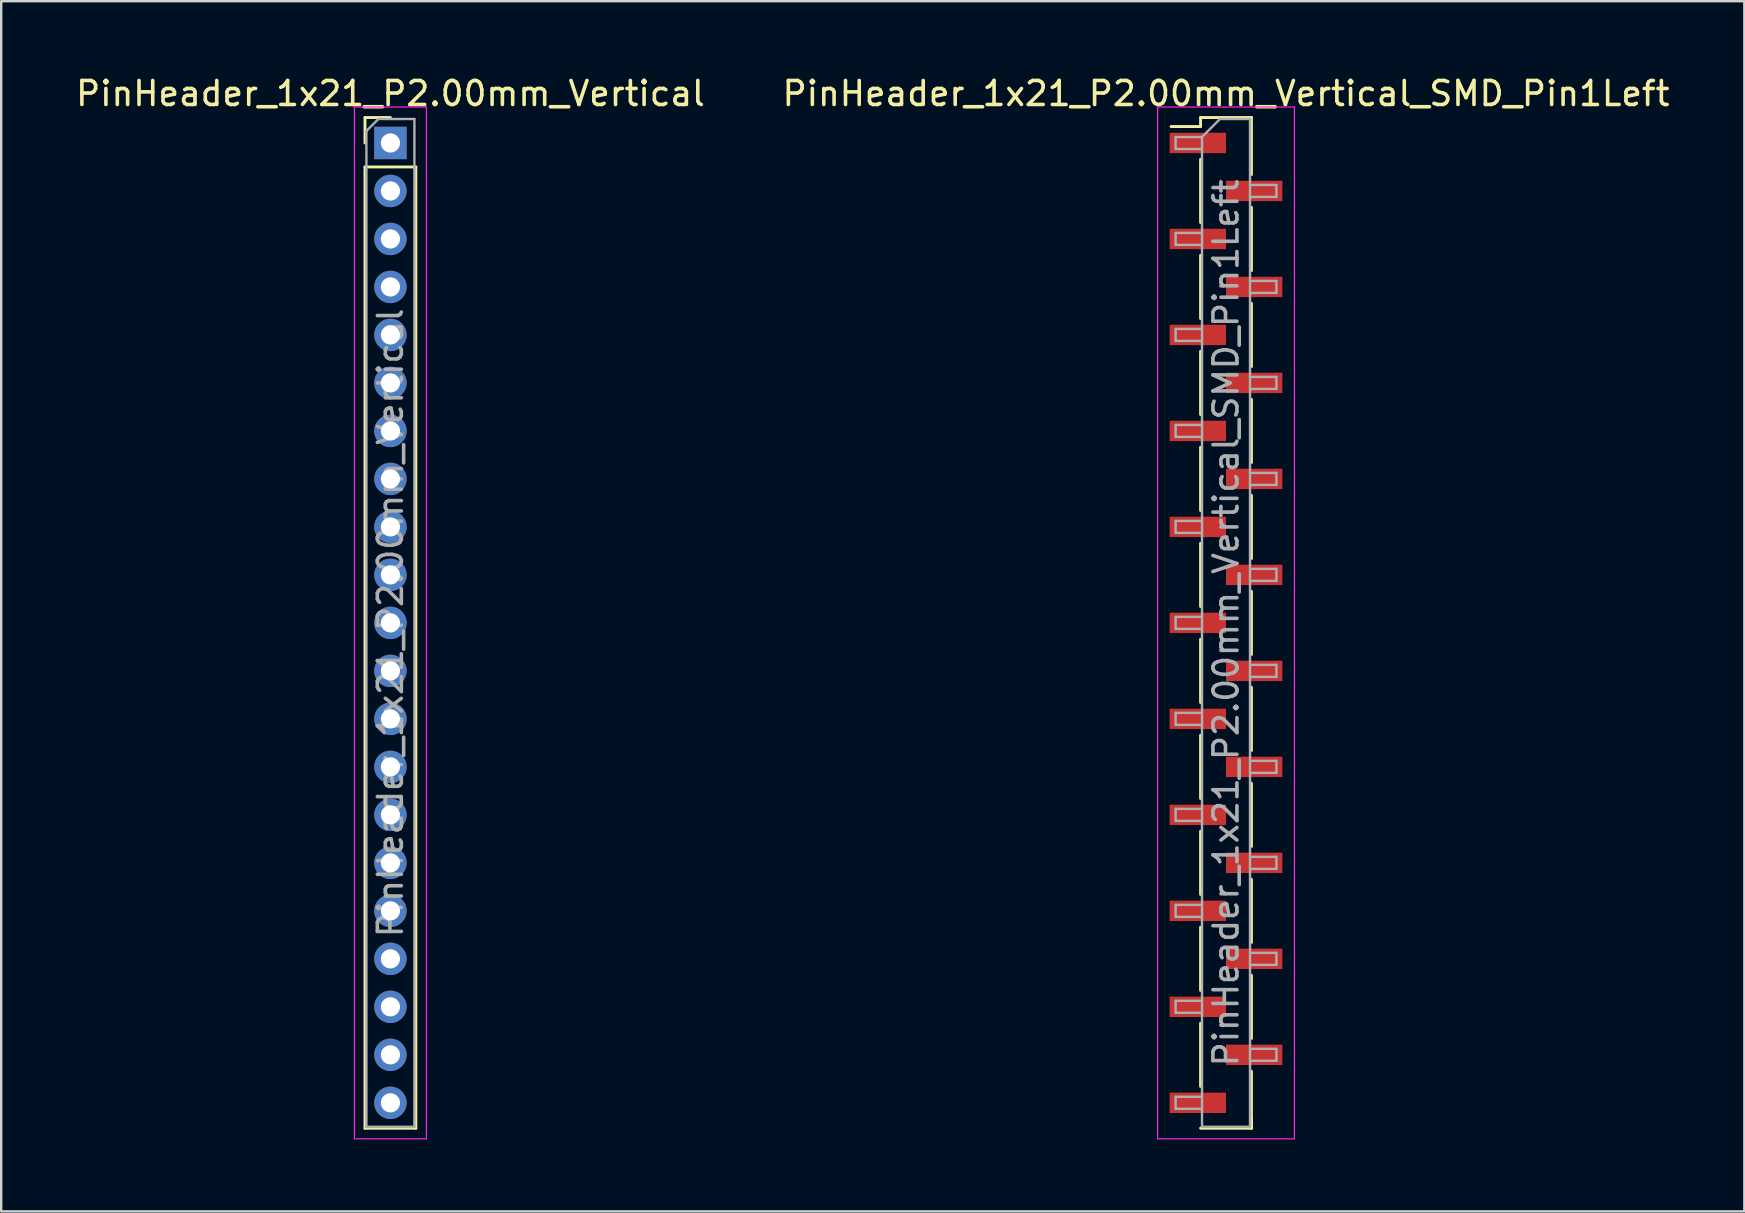
<source format=kicad_pcb>
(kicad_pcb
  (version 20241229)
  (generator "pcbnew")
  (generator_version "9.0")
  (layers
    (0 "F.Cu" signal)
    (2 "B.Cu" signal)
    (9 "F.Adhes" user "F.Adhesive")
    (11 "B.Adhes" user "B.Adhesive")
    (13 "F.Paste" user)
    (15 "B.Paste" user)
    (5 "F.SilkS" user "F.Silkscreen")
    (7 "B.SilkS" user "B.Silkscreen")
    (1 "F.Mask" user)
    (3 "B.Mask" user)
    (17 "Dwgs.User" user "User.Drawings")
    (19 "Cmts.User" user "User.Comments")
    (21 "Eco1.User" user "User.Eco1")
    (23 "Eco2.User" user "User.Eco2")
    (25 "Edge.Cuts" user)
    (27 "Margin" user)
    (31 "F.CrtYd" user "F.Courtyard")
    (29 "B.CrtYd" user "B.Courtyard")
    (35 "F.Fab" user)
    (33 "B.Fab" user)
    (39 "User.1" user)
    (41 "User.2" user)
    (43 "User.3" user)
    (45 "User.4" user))
  (footprint "PinHeader_1x21_P2.00mm_Vertical"
    (layer "F.Cu")
    (at 13.22 2.908)
    (property "Reference" "PinHeader_1x21_P2.00mm_Vertical" (at 0 -2.06 0) (layer "F.SilkS") (effects (font (size 1 1) (thickness 0.15))))
    (attr through_hole)
    (fp_line (start -1.06 -1.06) (end 0 -1.06) (stroke (width 0.12) (type solid)) (layer "F.SilkS"))
    (fp_line (start -1.06 0) (end -1.06 -1.06) (stroke (width 0.12) (type solid)) (layer "F.SilkS"))
    (fp_line (start -1.06 1) (end -1.06 41.06) (stroke (width 0.12) (type solid)) (layer "F.SilkS"))
    (fp_line (start -1.06 1) (end 1.06 1) (stroke (width 0.12) (type solid)) (layer "F.SilkS"))
    (fp_line (start -1.06 41.06) (end 1.06 41.06) (stroke (width 0.12) (type solid)) (layer "F.SilkS"))
    (fp_line (start 1.06 1) (end 1.06 41.06) (stroke (width 0.12) (type solid)) (layer "F.SilkS"))
    (fp_line (start -1.5 -1.5) (end -1.5 41.5) (stroke (width 0.05) (type solid)) (layer "F.CrtYd"))
    (fp_line (start -1.5 41.5) (end 1.5 41.5) (stroke (width 0.05) (type solid)) (layer "F.CrtYd"))
    (fp_line (start 1.5 -1.5) (end -1.5 -1.5) (stroke (width 0.05) (type solid)) (layer "F.CrtYd"))
    (fp_line (start 1.5 41.5) (end 1.5 -1.5) (stroke (width 0.05) (type solid)) (layer "F.CrtYd"))
    (fp_line (start -1 -0.5) (end -0.5 -1) (stroke (width 0.1) (type solid)) (layer "F.Fab"))
    (fp_line (start -1 41) (end -1 -0.5) (stroke (width 0.1) (type solid)) (layer "F.Fab"))
    (fp_line (start -0.5 -1) (end 1 -1) (stroke (width 0.1) (type solid)) (layer "F.Fab"))
    (fp_line (start 1 -1) (end 1 41) (stroke (width 0.1) (type solid)) (layer "F.Fab"))
    (fp_line (start 1 41) (end -1 41) (stroke (width 0.1) (type solid)) (layer "F.Fab"))
    (fp_text user "${REFERENCE}" (at 0 20 90) (layer "F.Fab") (effects (font (size 1 1) (thickness 0.15))))
    (pad "1" thru_hole rect (at 0 0) (size 1.35 1.35) (drill 0.8) (layers "*.Cu" "*.Mask"))
    (pad "2" thru_hole oval (at 0 2) (size 1.35 1.35) (drill 0.8) (layers "*.Cu" "*.Mask"))
    (pad "3" thru_hole oval (at 0 4) (size 1.35 1.35) (drill 0.8) (layers "*.Cu" "*.Mask"))
    (pad "4" thru_hole oval (at 0 6) (size 1.35 1.35) (drill 0.8) (layers "*.Cu" "*.Mask"))
    (pad "5" thru_hole oval (at 0 8) (size 1.35 1.35) (drill 0.8) (layers "*.Cu" "*.Mask"))
    (pad "6" thru_hole oval (at 0 10) (size 1.35 1.35) (drill 0.8) (layers "*.Cu" "*.Mask"))
    (pad "7" thru_hole oval (at 0 12) (size 1.35 1.35) (drill 0.8) (layers "*.Cu" "*.Mask"))
    (pad "8" thru_hole oval (at 0 14) (size 1.35 1.35) (drill 0.8) (layers "*.Cu" "*.Mask"))
    (pad "9" thru_hole oval (at 0 16) (size 1.35 1.35) (drill 0.8) (layers "*.Cu" "*.Mask"))
    (pad "10" thru_hole oval (at 0 18) (size 1.35 1.35) (drill 0.8) (layers "*.Cu" "*.Mask"))
    (pad "11" thru_hole oval (at 0 20) (size 1.35 1.35) (drill 0.8) (layers "*.Cu" "*.Mask"))
    (pad "12" thru_hole oval (at 0 22) (size 1.35 1.35) (drill 0.8) (layers "*.Cu" "*.Mask"))
    (pad "13" thru_hole oval (at 0 24) (size 1.35 1.35) (drill 0.8) (layers "*.Cu" "*.Mask"))
    (pad "14" thru_hole oval (at 0 26) (size 1.35 1.35) (drill 0.8) (layers "*.Cu" "*.Mask"))
    (pad "15" thru_hole oval (at 0 28) (size 1.35 1.35) (drill 0.8) (layers "*.Cu" "*.Mask"))
    (pad "16" thru_hole oval (at 0 30) (size 1.35 1.35) (drill 0.8) (layers "*.Cu" "*.Mask"))
    (pad "17" thru_hole oval (at 0 32) (size 1.35 1.35) (drill 0.8) (layers "*.Cu" "*.Mask"))
    (pad "18" thru_hole oval (at 0 34) (size 1.35 1.35) (drill 0.8) (layers "*.Cu" "*.Mask"))
    (pad "19" thru_hole oval (at 0 36) (size 1.35 1.35) (drill 0.8) (layers "*.Cu" "*.Mask"))
    (pad "20" thru_hole oval (at 0 38) (size 1.35 1.35) (drill 0.8) (layers "*.Cu" "*.Mask"))
    (pad "21" thru_hole oval (at 0 40) (size 1.35 1.35) (drill 0.8) (layers "*.Cu" "*.Mask")))
  (footprint "PinHeader_1x21_P2.00mm_Vertical_SMD_Pin1Left"
    (layer "F.Cu")
    (at 48.042 22.908)
    (property "Reference" "PinHeader_1x21_P2.00mm_Vertical_SMD_Pin1Left" (at 0 -22.06 0) (layer "F.SilkS") (effects (font (size 1 1) (thickness 0.15))))
    (attr smd)
    (fp_line (start -1.06 -21.06) (end -1.06 -20.685) (stroke (width 0.12) (type solid)) (layer "F.SilkS"))
    (fp_line (start -1.06 -21.06) (end 1.06 -21.06) (stroke (width 0.12) (type solid)) (layer "F.SilkS"))
    (fp_line (start -1.06 -20.685) (end -2.29 -20.685) (stroke (width 0.12) (type solid)) (layer "F.SilkS"))
    (fp_line (start -1.06 -19.315) (end -1.06 -16.685) (stroke (width 0.12) (type solid)) (layer "F.SilkS"))
    (fp_line (start -1.06 -15.315) (end -1.06 -12.685) (stroke (width 0.12) (type solid)) (layer "F.SilkS"))
    (fp_line (start -1.06 -11.315) (end -1.06 -8.685) (stroke (width 0.12) (type solid)) (layer "F.SilkS"))
    (fp_line (start -1.06 -7.315) (end -1.06 -4.685) (stroke (width 0.12) (type solid)) (layer "F.SilkS"))
    (fp_line (start -1.06 -3.315) (end -1.06 -0.685) (stroke (width 0.12) (type solid)) (layer "F.SilkS"))
    (fp_line (start -1.06 0.685) (end -1.06 3.315) (stroke (width 0.12) (type solid)) (layer "F.SilkS"))
    (fp_line (start -1.06 4.685) (end -1.06 7.315) (stroke (width 0.12) (type solid)) (layer "F.SilkS"))
    (fp_line (start -1.06 8.685) (end -1.06 11.315) (stroke (width 0.12) (type solid)) (layer "F.SilkS"))
    (fp_line (start -1.06 12.685) (end -1.06 15.315) (stroke (width 0.12) (type solid)) (layer "F.SilkS"))
    (fp_line (start -1.06 16.685) (end -1.06 19.315) (stroke (width 0.12) (type solid)) (layer "F.SilkS"))
    (fp_line (start -1.06 21.06) (end 1.06 21.06) (stroke (width 0.12) (type solid)) (layer "F.SilkS"))
    (fp_line (start 1.06 -21.06) (end 1.06 -18.685) (stroke (width 0.12) (type solid)) (layer "F.SilkS"))
    (fp_line (start 1.06 -17.315) (end 1.06 -14.685) (stroke (width 0.12) (type solid)) (layer "F.SilkS"))
    (fp_line (start 1.06 -13.315) (end 1.06 -10.685) (stroke (width 0.12) (type solid)) (layer "F.SilkS"))
    (fp_line (start 1.06 -9.315) (end 1.06 -6.685) (stroke (width 0.12) (type solid)) (layer "F.SilkS"))
    (fp_line (start 1.06 -5.315) (end 1.06 -2.685) (stroke (width 0.12) (type solid)) (layer "F.SilkS"))
    (fp_line (start 1.06 -1.315) (end 1.06 1.315) (stroke (width 0.12) (type solid)) (layer "F.SilkS"))
    (fp_line (start 1.06 2.685) (end 1.06 5.315) (stroke (width 0.12) (type solid)) (layer "F.SilkS"))
    (fp_line (start 1.06 6.685) (end 1.06 9.315) (stroke (width 0.12) (type solid)) (layer "F.SilkS"))
    (fp_line (start 1.06 10.685) (end 1.06 13.315) (stroke (width 0.12) (type solid)) (layer "F.SilkS"))
    (fp_line (start 1.06 14.685) (end 1.06 17.315) (stroke (width 0.12) (type solid)) (layer "F.SilkS"))
    (fp_line (start 1.06 18.685) (end 1.06 21.06) (stroke (width 0.12) (type solid)) (layer "F.SilkS"))
    (fp_line (start 1.06 20.685) (end 1.06 21.06) (stroke (width 0.12) (type solid)) (layer "F.SilkS"))
    (fp_line (start -2.85 -21.5) (end -2.85 21.5) (stroke (width 0.05) (type solid)) (layer "F.CrtYd"))
    (fp_line (start -2.85 21.5) (end 2.85 21.5) (stroke (width 0.05) (type solid)) (layer "F.CrtYd"))
    (fp_line (start 2.85 -21.5) (end -2.85 -21.5) (stroke (width 0.05) (type solid)) (layer "F.CrtYd"))
    (fp_line (start 2.85 21.5) (end 2.85 -21.5) (stroke (width 0.05) (type solid)) (layer "F.CrtYd"))
    (fp_line (start -2.1 -20.25) (end -2.1 -19.75) (stroke (width 0.1) (type solid)) (layer "F.Fab"))
    (fp_line (start -2.1 -19.75) (end -1 -19.75) (stroke (width 0.1) (type solid)) (layer "F.Fab"))
    (fp_line (start -2.1 -16.25) (end -2.1 -15.75) (stroke (width 0.1) (type solid)) (layer "F.Fab"))
    (fp_line (start -2.1 -15.75) (end -1 -15.75) (stroke (width 0.1) (type solid)) (layer "F.Fab"))
    (fp_line (start -2.1 -12.25) (end -2.1 -11.75) (stroke (width 0.1) (type solid)) (layer "F.Fab"))
    (fp_line (start -2.1 -11.75) (end -1 -11.75) (stroke (width 0.1) (type solid)) (layer "F.Fab"))
    (fp_line (start -2.1 -8.25) (end -2.1 -7.75) (stroke (width 0.1) (type solid)) (layer "F.Fab"))
    (fp_line (start -2.1 -7.75) (end -1 -7.75) (stroke (width 0.1) (type solid)) (layer "F.Fab"))
    (fp_line (start -2.1 -4.25) (end -2.1 -3.75) (stroke (width 0.1) (type solid)) (layer "F.Fab"))
    (fp_line (start -2.1 -3.75) (end -1 -3.75) (stroke (width 0.1) (type solid)) (layer "F.Fab"))
    (fp_line (start -2.1 -0.25) (end -2.1 0.25) (stroke (width 0.1) (type solid)) (layer "F.Fab"))
    (fp_line (start -2.1 0.25) (end -1 0.25) (stroke (width 0.1) (type solid)) (layer "F.Fab"))
    (fp_line (start -2.1 3.75) (end -2.1 4.25) (stroke (width 0.1) (type solid)) (layer "F.Fab"))
    (fp_line (start -2.1 4.25) (end -1 4.25) (stroke (width 0.1) (type solid)) (layer "F.Fab"))
    (fp_line (start -2.1 7.75) (end -2.1 8.25) (stroke (width 0.1) (type solid)) (layer "F.Fab"))
    (fp_line (start -2.1 8.25) (end -1 8.25) (stroke (width 0.1) (type solid)) (layer "F.Fab"))
    (fp_line (start -2.1 11.75) (end -2.1 12.25) (stroke (width 0.1) (type solid)) (layer "F.Fab"))
    (fp_line (start -2.1 12.25) (end -1 12.25) (stroke (width 0.1) (type solid)) (layer "F.Fab"))
    (fp_line (start -2.1 15.75) (end -2.1 16.25) (stroke (width 0.1) (type solid)) (layer "F.Fab"))
    (fp_line (start -2.1 16.25) (end -1 16.25) (stroke (width 0.1) (type solid)) (layer "F.Fab"))
    (fp_line (start -2.1 19.75) (end -2.1 20.25) (stroke (width 0.1) (type solid)) (layer "F.Fab"))
    (fp_line (start -2.1 20.25) (end -1 20.25) (stroke (width 0.1) (type solid)) (layer "F.Fab"))
    (fp_line (start -1 -20.25) (end -2.1 -20.25) (stroke (width 0.1) (type solid)) (layer "F.Fab"))
    (fp_line (start -1 -20.25) (end -0.25 -21) (stroke (width 0.1) (type solid)) (layer "F.Fab"))
    (fp_line (start -1 -16.25) (end -2.1 -16.25) (stroke (width 0.1) (type solid)) (layer "F.Fab"))
    (fp_line (start -1 -12.25) (end -2.1 -12.25) (stroke (width 0.1) (type solid)) (layer "F.Fab"))
    (fp_line (start -1 -8.25) (end -2.1 -8.25) (stroke (width 0.1) (type solid)) (layer "F.Fab"))
    (fp_line (start -1 -4.25) (end -2.1 -4.25) (stroke (width 0.1) (type solid)) (layer "F.Fab"))
    (fp_line (start -1 -0.25) (end -2.1 -0.25) (stroke (width 0.1) (type solid)) (layer "F.Fab"))
    (fp_line (start -1 3.75) (end -2.1 3.75) (stroke (width 0.1) (type solid)) (layer "F.Fab"))
    (fp_line (start -1 7.75) (end -2.1 7.75) (stroke (width 0.1) (type solid)) (layer "F.Fab"))
    (fp_line (start -1 11.75) (end -2.1 11.75) (stroke (width 0.1) (type solid)) (layer "F.Fab"))
    (fp_line (start -1 15.75) (end -2.1 15.75) (stroke (width 0.1) (type solid)) (layer "F.Fab"))
    (fp_line (start -1 19.75) (end -2.1 19.75) (stroke (width 0.1) (type solid)) (layer "F.Fab"))
    (fp_line (start -1 21) (end -1 -20.25) (stroke (width 0.1) (type solid)) (layer "F.Fab"))
    (fp_line (start -0.25 -21) (end 1 -21) (stroke (width 0.1) (type solid)) (layer "F.Fab"))
    (fp_line (start 1 -21) (end 1 21) (stroke (width 0.1) (type solid)) (layer "F.Fab"))
    (fp_line (start 1 -18.25) (end 2.1 -18.25) (stroke (width 0.1) (type solid)) (layer "F.Fab"))
    (fp_line (start 1 -14.25) (end 2.1 -14.25) (stroke (width 0.1) (type solid)) (layer "F.Fab"))
    (fp_line (start 1 -10.25) (end 2.1 -10.25) (stroke (width 0.1) (type solid)) (layer "F.Fab"))
    (fp_line (start 1 -6.25) (end 2.1 -6.25) (stroke (width 0.1) (type solid)) (layer "F.Fab"))
    (fp_line (start 1 -2.25) (end 2.1 -2.25) (stroke (width 0.1) (type solid)) (layer "F.Fab"))
    (fp_line (start 1 1.75) (end 2.1 1.75) (stroke (width 0.1) (type solid)) (layer "F.Fab"))
    (fp_line (start 1 5.75) (end 2.1 5.75) (stroke (width 0.1) (type solid)) (layer "F.Fab"))
    (fp_line (start 1 9.75) (end 2.1 9.75) (stroke (width 0.1) (type solid)) (layer "F.Fab"))
    (fp_line (start 1 13.75) (end 2.1 13.75) (stroke (width 0.1) (type solid)) (layer "F.Fab"))
    (fp_line (start 1 17.75) (end 2.1 17.75) (stroke (width 0.1) (type solid)) (layer "F.Fab"))
    (fp_line (start 1 21) (end -1 21) (stroke (width 0.1) (type solid)) (layer "F.Fab"))
    (fp_line (start 2.1 -18.25) (end 2.1 -17.75) (stroke (width 0.1) (type solid)) (layer "F.Fab"))
    (fp_line (start 2.1 -17.75) (end 1 -17.75) (stroke (width 0.1) (type solid)) (layer "F.Fab"))
    (fp_line (start 2.1 -14.25) (end 2.1 -13.75) (stroke (width 0.1) (type solid)) (layer "F.Fab"))
    (fp_line (start 2.1 -13.75) (end 1 -13.75) (stroke (width 0.1) (type solid)) (layer "F.Fab"))
    (fp_line (start 2.1 -10.25) (end 2.1 -9.75) (stroke (width 0.1) (type solid)) (layer "F.Fab"))
    (fp_line (start 2.1 -9.75) (end 1 -9.75) (stroke (width 0.1) (type solid)) (layer "F.Fab"))
    (fp_line (start 2.1 -6.25) (end 2.1 -5.75) (stroke (width 0.1) (type solid)) (layer "F.Fab"))
    (fp_line (start 2.1 -5.75) (end 1 -5.75) (stroke (width 0.1) (type solid)) (layer "F.Fab"))
    (fp_line (start 2.1 -2.25) (end 2.1 -1.75) (stroke (width 0.1) (type solid)) (layer "F.Fab"))
    (fp_line (start 2.1 -1.75) (end 1 -1.75) (stroke (width 0.1) (type solid)) (layer "F.Fab"))
    (fp_line (start 2.1 1.75) (end 2.1 2.25) (stroke (width 0.1) (type solid)) (layer "F.Fab"))
    (fp_line (start 2.1 2.25) (end 1 2.25) (stroke (width 0.1) (type solid)) (layer "F.Fab"))
    (fp_line (start 2.1 5.75) (end 2.1 6.25) (stroke (width 0.1) (type solid)) (layer "F.Fab"))
    (fp_line (start 2.1 6.25) (end 1 6.25) (stroke (width 0.1) (type solid)) (layer "F.Fab"))
    (fp_line (start 2.1 9.75) (end 2.1 10.25) (stroke (width 0.1) (type solid)) (layer "F.Fab"))
    (fp_line (start 2.1 10.25) (end 1 10.25) (stroke (width 0.1) (type solid)) (layer "F.Fab"))
    (fp_line (start 2.1 13.75) (end 2.1 14.25) (stroke (width 0.1) (type solid)) (layer "F.Fab"))
    (fp_line (start 2.1 14.25) (end 1 14.25) (stroke (width 0.1) (type solid)) (layer "F.Fab"))
    (fp_line (start 2.1 17.75) (end 2.1 18.25) (stroke (width 0.1) (type solid)) (layer "F.Fab"))
    (fp_line (start 2.1 18.25) (end 1 18.25) (stroke (width 0.1) (type solid)) (layer "F.Fab"))
    (fp_text user "${REFERENCE}" (at 0 0 90) (layer "F.Fab") (effects (font (size 1 1) (thickness 0.15))))
    (pad "1" smd rect (at -1.175 -20) (size 2.35 0.85) (layers "F.Cu" "F.Mask" "F.Paste"))
    (pad "2" smd rect (at 1.175 -18) (size 2.35 0.85) (layers "F.Cu" "F.Mask" "F.Paste"))
    (pad "3" smd rect (at -1.175 -16) (size 2.35 0.85) (layers "F.Cu" "F.Mask" "F.Paste"))
    (pad "4" smd rect (at 1.175 -14) (size 2.35 0.85) (layers "F.Cu" "F.Mask" "F.Paste"))
    (pad "5" smd rect (at -1.175 -12) (size 2.35 0.85) (layers "F.Cu" "F.Mask" "F.Paste"))
    (pad "6" smd rect (at 1.175 -10) (size 2.35 0.85) (layers "F.Cu" "F.Mask" "F.Paste"))
    (pad "7" smd rect (at -1.175 -8) (size 2.35 0.85) (layers "F.Cu" "F.Mask" "F.Paste"))
    (pad "8" smd rect (at 1.175 -6) (size 2.35 0.85) (layers "F.Cu" "F.Mask" "F.Paste"))
    (pad "9" smd rect (at -1.175 -4) (size 2.35 0.85) (layers "F.Cu" "F.Mask" "F.Paste"))
    (pad "10" smd rect (at 1.175 -2) (size 2.35 0.85) (layers "F.Cu" "F.Mask" "F.Paste"))
    (pad "11" smd rect (at -1.175 0) (size 2.35 0.85) (layers "F.Cu" "F.Mask" "F.Paste"))
    (pad "12" smd rect (at 1.175 2) (size 2.35 0.85) (layers "F.Cu" "F.Mask" "F.Paste"))
    (pad "13" smd rect (at -1.175 4) (size 2.35 0.85) (layers "F.Cu" "F.Mask" "F.Paste"))
    (pad "14" smd rect (at 1.175 6) (size 2.35 0.85) (layers "F.Cu" "F.Mask" "F.Paste"))
    (pad "15" smd rect (at -1.175 8) (size 2.35 0.85) (layers "F.Cu" "F.Mask" "F.Paste"))
    (pad "16" smd rect (at 1.175 10) (size 2.35 0.85) (layers "F.Cu" "F.Mask" "F.Paste"))
    (pad "17" smd rect (at -1.175 12) (size 2.35 0.85) (layers "F.Cu" "F.Mask" "F.Paste"))
    (pad "18" smd rect (at 1.175 14) (size 2.35 0.85) (layers "F.Cu" "F.Mask" "F.Paste"))
    (pad "19" smd rect (at -1.175 16) (size 2.35 0.85) (layers "F.Cu" "F.Mask" "F.Paste"))
    (pad "20" smd rect (at 1.175 18) (size 2.35 0.85) (layers "F.Cu" "F.Mask" "F.Paste"))
    (pad "21" smd rect (at -1.175 20) (size 2.35 0.85) (layers "F.Cu" "F.Mask" "F.Paste")))
  (gr_rect
    (start -3 -3)
    (end 69.643 47.433)
    (stroke (width 0.1) (type default))
    (fill no)
    (layer "Edge.Cuts")))
</source>
